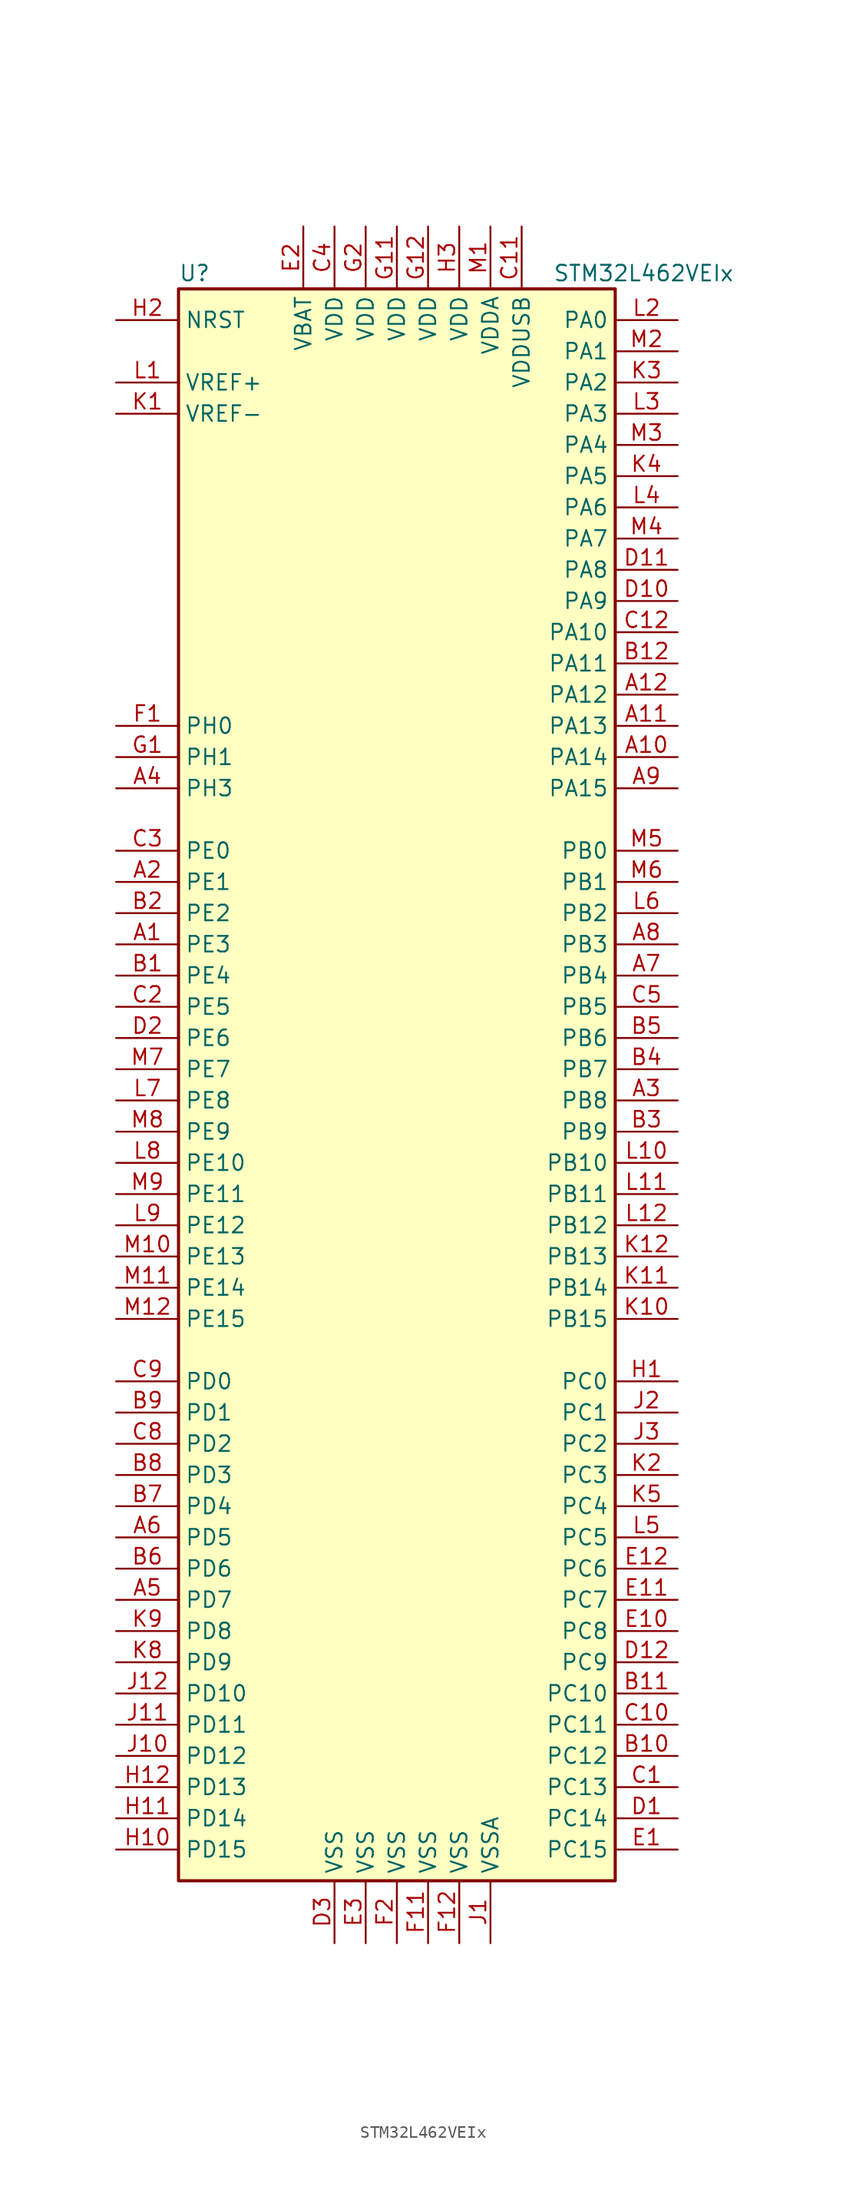
<source format=kicad_sym>
(kicad_symbol_lib
  (version 20201005)
  (generator kicad_symbol_editor)
  (symbol "MCU_ST_STM32L4:STM32L462VEIx"
    (property "Reference" "U"
      (at -17.78 64.77 0)
      (effects (font (size 1.27 1.27)) (justify left)))
    (property "Value" "STM32L462VEIx"
      (at 12.7 64.77 0)
      (effects (font (size 1.27 1.27)) (justify left)))
    (symbol "STM32L462VEIx_0_1"
      (rectangle (start -17.78 -66.04) (end 17.78 63.5) (stroke (width 0.254)) (fill (type background))))
    (symbol "STM32L462VEIx_1_1"
      (pin bidirectional line (at -22.86 10.16 0) (length 5.08) (name "PE3" (effects (font (size 1.27 1.27)))) (number "A1" (effects (font (size 1.27 1.27)))))
      (pin bidirectional line (at 22.86 25.4 180) (length 5.08) (name "PA14" (effects (font (size 1.27 1.27)))) (number "A10" (effects (font (size 1.27 1.27)))))
      (pin bidirectional line (at 22.86 27.94 180) (length 5.08) (name "PA13" (effects (font (size 1.27 1.27)))) (number "A11" (effects (font (size 1.27 1.27)))))
      (pin bidirectional line (at 22.86 30.48 180) (length 5.08) (name "PA12" (effects (font (size 1.27 1.27)))) (number "A12" (effects (font (size 1.27 1.27)))))
      (pin bidirectional line (at -22.86 15.24 0) (length 5.08) (name "PE1" (effects (font (size 1.27 1.27)))) (number "A2" (effects (font (size 1.27 1.27)))))
      (pin bidirectional line (at 22.86 -2.54 180) (length 5.08) (name "PB8" (effects (font (size 1.27 1.27)))) (number "A3" (effects (font (size 1.27 1.27)))))
      (pin bidirectional line (at -22.86 22.86 0) (length 5.08) (name "PH3" (effects (font (size 1.27 1.27)))) (number "A4" (effects (font (size 1.27 1.27)))))
      (pin bidirectional line (at -22.86 -43.18 0) (length 5.08) (name "PD7" (effects (font (size 1.27 1.27)))) (number "A5" (effects (font (size 1.27 1.27)))))
      (pin bidirectional line (at -22.86 -38.1 0) (length 5.08) (name "PD5" (effects (font (size 1.27 1.27)))) (number "A6" (effects (font (size 1.27 1.27)))))
      (pin bidirectional line (at 22.86 7.62 180) (length 5.08) (name "PB4" (effects (font (size 1.27 1.27)))) (number "A7" (effects (font (size 1.27 1.27)))))
      (pin bidirectional line (at 22.86 10.16 180) (length 5.08) (name "PB3" (effects (font (size 1.27 1.27)))) (number "A8" (effects (font (size 1.27 1.27)))))
      (pin bidirectional line (at 22.86 22.86 180) (length 5.08) (name "PA15" (effects (font (size 1.27 1.27)))) (number "A9" (effects (font (size 1.27 1.27)))))
      (pin bidirectional line (at -22.86 7.62 0) (length 5.08) (name "PE4" (effects (font (size 1.27 1.27)))) (number "B1" (effects (font (size 1.27 1.27)))))
      (pin bidirectional line (at 22.86 -55.88 180) (length 5.08) (name "PC12" (effects (font (size 1.27 1.27)))) (number "B10" (effects (font (size 1.27 1.27)))))
      (pin bidirectional line (at 22.86 -50.8 180) (length 5.08) (name "PC10" (effects (font (size 1.27 1.27)))) (number "B11" (effects (font (size 1.27 1.27)))))
      (pin bidirectional line (at 22.86 33.02 180) (length 5.08) (name "PA11" (effects (font (size 1.27 1.27)))) (number "B12" (effects (font (size 1.27 1.27)))))
      (pin bidirectional line (at -22.86 12.7 0) (length 5.08) (name "PE2" (effects (font (size 1.27 1.27)))) (number "B2" (effects (font (size 1.27 1.27)))))
      (pin bidirectional line (at 22.86 -5.08 180) (length 5.08) (name "PB9" (effects (font (size 1.27 1.27)))) (number "B3" (effects (font (size 1.27 1.27)))))
      (pin bidirectional line (at 22.86 0 180) (length 5.08) (name "PB7" (effects (font (size 1.27 1.27)))) (number "B4" (effects (font (size 1.27 1.27)))))
      (pin bidirectional line (at 22.86 2.54 180) (length 5.08) (name "PB6" (effects (font (size 1.27 1.27)))) (number "B5" (effects (font (size 1.27 1.27)))))
      (pin bidirectional line (at -22.86 -40.64 0) (length 5.08) (name "PD6" (effects (font (size 1.27 1.27)))) (number "B6" (effects (font (size 1.27 1.27)))))
      (pin bidirectional line (at -22.86 -35.56 0) (length 5.08) (name "PD4" (effects (font (size 1.27 1.27)))) (number "B7" (effects (font (size 1.27 1.27)))))
      (pin bidirectional line (at -22.86 -33.02 0) (length 5.08) (name "PD3" (effects (font (size 1.27 1.27)))) (number "B8" (effects (font (size 1.27 1.27)))))
      (pin bidirectional line (at -22.86 -27.94 0) (length 5.08) (name "PD1" (effects (font (size 1.27 1.27)))) (number "B9" (effects (font (size 1.27 1.27)))))
      (pin bidirectional line (at 22.86 -58.42 180) (length 5.08) (name "PC13" (effects (font (size 1.27 1.27)))) (number "C1" (effects (font (size 1.27 1.27)))))
      (pin bidirectional line (at 22.86 -53.34 180) (length 5.08) (name "PC11" (effects (font (size 1.27 1.27)))) (number "C10" (effects (font (size 1.27 1.27)))))
      (pin power_in line (at 10.16 68.58 270) (length 5.08) (name "VDDUSB" (effects (font (size 1.27 1.27)))) (number "C11" (effects (font (size 1.27 1.27)))))
      (pin bidirectional line (at 22.86 35.56 180) (length 5.08) (name "PA10" (effects (font (size 1.27 1.27)))) (number "C12" (effects (font (size 1.27 1.27)))))
      (pin bidirectional line (at -22.86 5.08 0) (length 5.08) (name "PE5" (effects (font (size 1.27 1.27)))) (number "C2" (effects (font (size 1.27 1.27)))))
      (pin bidirectional line (at -22.86 17.78 0) (length 5.08) (name "PE0" (effects (font (size 1.27 1.27)))) (number "C3" (effects (font (size 1.27 1.27)))))
      (pin power_in line (at -5.08 68.58 270) (length 5.08) (name "VDD" (effects (font (size 1.27 1.27)))) (number "C4" (effects (font (size 1.27 1.27)))))
      (pin bidirectional line (at 22.86 5.08 180) (length 5.08) (name "PB5" (effects (font (size 1.27 1.27)))) (number "C5" (effects (font (size 1.27 1.27)))))
      (pin bidirectional line (at -22.86 -30.48 0) (length 5.08) (name "PD2" (effects (font (size 1.27 1.27)))) (number "C8" (effects (font (size 1.27 1.27)))))
      (pin bidirectional line (at -22.86 -25.4 0) (length 5.08) (name "PD0" (effects (font (size 1.27 1.27)))) (number "C9" (effects (font (size 1.27 1.27)))))
      (pin bidirectional line (at 22.86 -60.96 180) (length 5.08) (name "PC14" (effects (font (size 1.27 1.27)))) (number "D1" (effects (font (size 1.27 1.27)))))
      (pin bidirectional line (at 22.86 38.1 180) (length 5.08) (name "PA9" (effects (font (size 1.27 1.27)))) (number "D10" (effects (font (size 1.27 1.27)))))
      (pin bidirectional line (at 22.86 40.64 180) (length 5.08) (name "PA8" (effects (font (size 1.27 1.27)))) (number "D11" (effects (font (size 1.27 1.27)))))
      (pin bidirectional line (at 22.86 -48.26 180) (length 5.08) (name "PC9" (effects (font (size 1.27 1.27)))) (number "D12" (effects (font (size 1.27 1.27)))))
      (pin bidirectional line (at -22.86 2.54 0) (length 5.08) (name "PE6" (effects (font (size 1.27 1.27)))) (number "D2" (effects (font (size 1.27 1.27)))))
      (pin power_in line (at -5.08 -71.12 90) (length 5.08) (name "VSS" (effects (font (size 1.27 1.27)))) (number "D3" (effects (font (size 1.27 1.27)))))
      (pin bidirectional line (at 22.86 -63.5 180) (length 5.08) (name "PC15" (effects (font (size 1.27 1.27)))) (number "E1" (effects (font (size 1.27 1.27)))))
      (pin bidirectional line (at 22.86 -45.72 180) (length 5.08) (name "PC8" (effects (font (size 1.27 1.27)))) (number "E10" (effects (font (size 1.27 1.27)))))
      (pin bidirectional line (at 22.86 -43.18 180) (length 5.08) (name "PC7" (effects (font (size 1.27 1.27)))) (number "E11" (effects (font (size 1.27 1.27)))))
      (pin bidirectional line (at 22.86 -40.64 180) (length 5.08) (name "PC6" (effects (font (size 1.27 1.27)))) (number "E12" (effects (font (size 1.27 1.27)))))
      (pin power_in line (at -7.62 68.58 270) (length 5.08) (name "VBAT" (effects (font (size 1.27 1.27)))) (number "E2" (effects (font (size 1.27 1.27)))))
      (pin power_in line (at -2.54 -71.12 90) (length 5.08) (name "VSS" (effects (font (size 1.27 1.27)))) (number "E3" (effects (font (size 1.27 1.27)))))
      (pin input line (at -22.86 27.94 0) (length 5.08) (name "PH0" (effects (font (size 1.27 1.27)))) (number "F1" (effects (font (size 1.27 1.27)))))
      (pin power_in line (at 2.54 -71.12 90) (length 5.08) (name "VSS" (effects (font (size 1.27 1.27)))) (number "F11" (effects (font (size 1.27 1.27)))))
      (pin power_in line (at 5.08 -71.12 90) (length 5.08) (name "VSS" (effects (font (size 1.27 1.27)))) (number "F12" (effects (font (size 1.27 1.27)))))
      (pin power_in line (at 0 -71.12 90) (length 5.08) (name "VSS" (effects (font (size 1.27 1.27)))) (number "F2" (effects (font (size 1.27 1.27)))))
      (pin input line (at -22.86 25.4 0) (length 5.08) (name "PH1" (effects (font (size 1.27 1.27)))) (number "G1" (effects (font (size 1.27 1.27)))))
      (pin power_in line (at 0 68.58 270) (length 5.08) (name "VDD" (effects (font (size 1.27 1.27)))) (number "G11" (effects (font (size 1.27 1.27)))))
      (pin power_in line (at 2.54 68.58 270) (length 5.08) (name "VDD" (effects (font (size 1.27 1.27)))) (number "G12" (effects (font (size 1.27 1.27)))))
      (pin power_in line (at -2.54 68.58 270) (length 5.08) (name "VDD" (effects (font (size 1.27 1.27)))) (number "G2" (effects (font (size 1.27 1.27)))))
      (pin bidirectional line (at 22.86 -25.4 180) (length 5.08) (name "PC0" (effects (font (size 1.27 1.27)))) (number "H1" (effects (font (size 1.27 1.27)))))
      (pin bidirectional line (at -22.86 -63.5 0) (length 5.08) (name "PD15" (effects (font (size 1.27 1.27)))) (number "H10" (effects (font (size 1.27 1.27)))))
      (pin bidirectional line (at -22.86 -60.96 0) (length 5.08) (name "PD14" (effects (font (size 1.27 1.27)))) (number "H11" (effects (font (size 1.27 1.27)))))
      (pin bidirectional line (at -22.86 -58.42 0) (length 5.08) (name "PD13" (effects (font (size 1.27 1.27)))) (number "H12" (effects (font (size 1.27 1.27)))))
      (pin input line (at -22.86 60.96 0) (length 5.08) (name "NRST" (effects (font (size 1.27 1.27)))) (number "H2" (effects (font (size 1.27 1.27)))))
      (pin power_in line (at 5.08 68.58 270) (length 5.08) (name "VDD" (effects (font (size 1.27 1.27)))) (number "H3" (effects (font (size 1.27 1.27)))))
      (pin power_in line (at 7.62 -71.12 90) (length 5.08) (name "VSSA" (effects (font (size 1.27 1.27)))) (number "J1" (effects (font (size 1.27 1.27)))))
      (pin bidirectional line (at -22.86 -55.88 0) (length 5.08) (name "PD12" (effects (font (size 1.27 1.27)))) (number "J10" (effects (font (size 1.27 1.27)))))
      (pin bidirectional line (at -22.86 -53.34 0) (length 5.08) (name "PD11" (effects (font (size 1.27 1.27)))) (number "J11" (effects (font (size 1.27 1.27)))))
      (pin bidirectional line (at -22.86 -50.8 0) (length 5.08) (name "PD10" (effects (font (size 1.27 1.27)))) (number "J12" (effects (font (size 1.27 1.27)))))
      (pin bidirectional line (at 22.86 -27.94 180) (length 5.08) (name "PC1" (effects (font (size 1.27 1.27)))) (number "J2" (effects (font (size 1.27 1.27)))))
      (pin bidirectional line (at 22.86 -30.48 180) (length 5.08) (name "PC2" (effects (font (size 1.27 1.27)))) (number "J3" (effects (font (size 1.27 1.27)))))
      (pin power_in line (at -22.86 53.34 0) (length 5.08) (name "VREF-" (effects (font (size 1.27 1.27)))) (number "K1" (effects (font (size 1.27 1.27)))))
      (pin bidirectional line (at 22.86 -20.32 180) (length 5.08) (name "PB15" (effects (font (size 1.27 1.27)))) (number "K10" (effects (font (size 1.27 1.27)))))
      (pin bidirectional line (at 22.86 -17.78 180) (length 5.08) (name "PB14" (effects (font (size 1.27 1.27)))) (number "K11" (effects (font (size 1.27 1.27)))))
      (pin bidirectional line (at 22.86 -15.24 180) (length 5.08) (name "PB13" (effects (font (size 1.27 1.27)))) (number "K12" (effects (font (size 1.27 1.27)))))
      (pin bidirectional line (at 22.86 -33.02 180) (length 5.08) (name "PC3" (effects (font (size 1.27 1.27)))) (number "K2" (effects (font (size 1.27 1.27)))))
      (pin bidirectional line (at 22.86 55.88 180) (length 5.08) (name "PA2" (effects (font (size 1.27 1.27)))) (number "K3" (effects (font (size 1.27 1.27)))))
      (pin bidirectional line (at 22.86 48.26 180) (length 5.08) (name "PA5" (effects (font (size 1.27 1.27)))) (number "K4" (effects (font (size 1.27 1.27)))))
      (pin bidirectional line (at 22.86 -35.56 180) (length 5.08) (name "PC4" (effects (font (size 1.27 1.27)))) (number "K5" (effects (font (size 1.27 1.27)))))
      (pin bidirectional line (at -22.86 -48.26 0) (length 5.08) (name "PD9" (effects (font (size 1.27 1.27)))) (number "K8" (effects (font (size 1.27 1.27)))))
      (pin bidirectional line (at -22.86 -45.72 0) (length 5.08) (name "PD8" (effects (font (size 1.27 1.27)))) (number "K9" (effects (font (size 1.27 1.27)))))
      (pin bidirectional line (at -22.86 55.88 0) (length 5.08) (name "VREF+" (effects (font (size 1.27 1.27)))) (number "L1" (effects (font (size 1.27 1.27)))))
      (pin bidirectional line (at 22.86 -7.62 180) (length 5.08) (name "PB10" (effects (font (size 1.27 1.27)))) (number "L10" (effects (font (size 1.27 1.27)))))
      (pin bidirectional line (at 22.86 -10.16 180) (length 5.08) (name "PB11" (effects (font (size 1.27 1.27)))) (number "L11" (effects (font (size 1.27 1.27)))))
      (pin bidirectional line (at 22.86 -12.7 180) (length 5.08) (name "PB12" (effects (font (size 1.27 1.27)))) (number "L12" (effects (font (size 1.27 1.27)))))
      (pin bidirectional line (at 22.86 60.96 180) (length 5.08) (name "PA0" (effects (font (size 1.27 1.27)))) (number "L2" (effects (font (size 1.27 1.27)))))
      (pin bidirectional line (at 22.86 53.34 180) (length 5.08) (name "PA3" (effects (font (size 1.27 1.27)))) (number "L3" (effects (font (size 1.27 1.27)))))
      (pin bidirectional line (at 22.86 45.72 180) (length 5.08) (name "PA6" (effects (font (size 1.27 1.27)))) (number "L4" (effects (font (size 1.27 1.27)))))
      (pin bidirectional line (at 22.86 -38.1 180) (length 5.08) (name "PC5" (effects (font (size 1.27 1.27)))) (number "L5" (effects (font (size 1.27 1.27)))))
      (pin bidirectional line (at 22.86 12.7 180) (length 5.08) (name "PB2" (effects (font (size 1.27 1.27)))) (number "L6" (effects (font (size 1.27 1.27)))))
      (pin bidirectional line (at -22.86 -2.54 0) (length 5.08) (name "PE8" (effects (font (size 1.27 1.27)))) (number "L7" (effects (font (size 1.27 1.27)))))
      (pin bidirectional line (at -22.86 -7.62 0) (length 5.08) (name "PE10" (effects (font (size 1.27 1.27)))) (number "L8" (effects (font (size 1.27 1.27)))))
      (pin bidirectional line (at -22.86 -12.7 0) (length 5.08) (name "PE12" (effects (font (size 1.27 1.27)))) (number "L9" (effects (font (size 1.27 1.27)))))
      (pin power_in line (at 7.62 68.58 270) (length 5.08) (name "VDDA" (effects (font (size 1.27 1.27)))) (number "M1" (effects (font (size 1.27 1.27)))))
      (pin bidirectional line (at -22.86 -15.24 0) (length 5.08) (name "PE13" (effects (font (size 1.27 1.27)))) (number "M10" (effects (font (size 1.27 1.27)))))
      (pin bidirectional line (at -22.86 -17.78 0) (length 5.08) (name "PE14" (effects (font (size 1.27 1.27)))) (number "M11" (effects (font (size 1.27 1.27)))))
      (pin bidirectional line (at -22.86 -20.32 0) (length 5.08) (name "PE15" (effects (font (size 1.27 1.27)))) (number "M12" (effects (font (size 1.27 1.27)))))
      (pin bidirectional line (at 22.86 58.42 180) (length 5.08) (name "PA1" (effects (font (size 1.27 1.27)))) (number "M2" (effects (font (size 1.27 1.27)))))
      (pin bidirectional line (at 22.86 50.8 180) (length 5.08) (name "PA4" (effects (font (size 1.27 1.27)))) (number "M3" (effects (font (size 1.27 1.27)))))
      (pin bidirectional line (at 22.86 43.18 180) (length 5.08) (name "PA7" (effects (font (size 1.27 1.27)))) (number "M4" (effects (font (size 1.27 1.27)))))
      (pin bidirectional line (at 22.86 17.78 180) (length 5.08) (name "PB0" (effects (font (size 1.27 1.27)))) (number "M5" (effects (font (size 1.27 1.27)))))
      (pin bidirectional line (at 22.86 15.24 180) (length 5.08) (name "PB1" (effects (font (size 1.27 1.27)))) (number "M6" (effects (font (size 1.27 1.27)))))
      (pin bidirectional line (at -22.86 0 0) (length 5.08) (name "PE7" (effects (font (size 1.27 1.27)))) (number "M7" (effects (font (size 1.27 1.27)))))
      (pin bidirectional line (at -22.86 -5.08 0) (length 5.08) (name "PE9" (effects (font (size 1.27 1.27)))) (number "M8" (effects (font (size 1.27 1.27)))))
      (pin bidirectional line (at -22.86 -10.16 0) (length 5.08) (name "PE11" (effects (font (size 1.27 1.27)))) (number "M9" (effects (font (size 1.27 1.27))))))))
</source>
